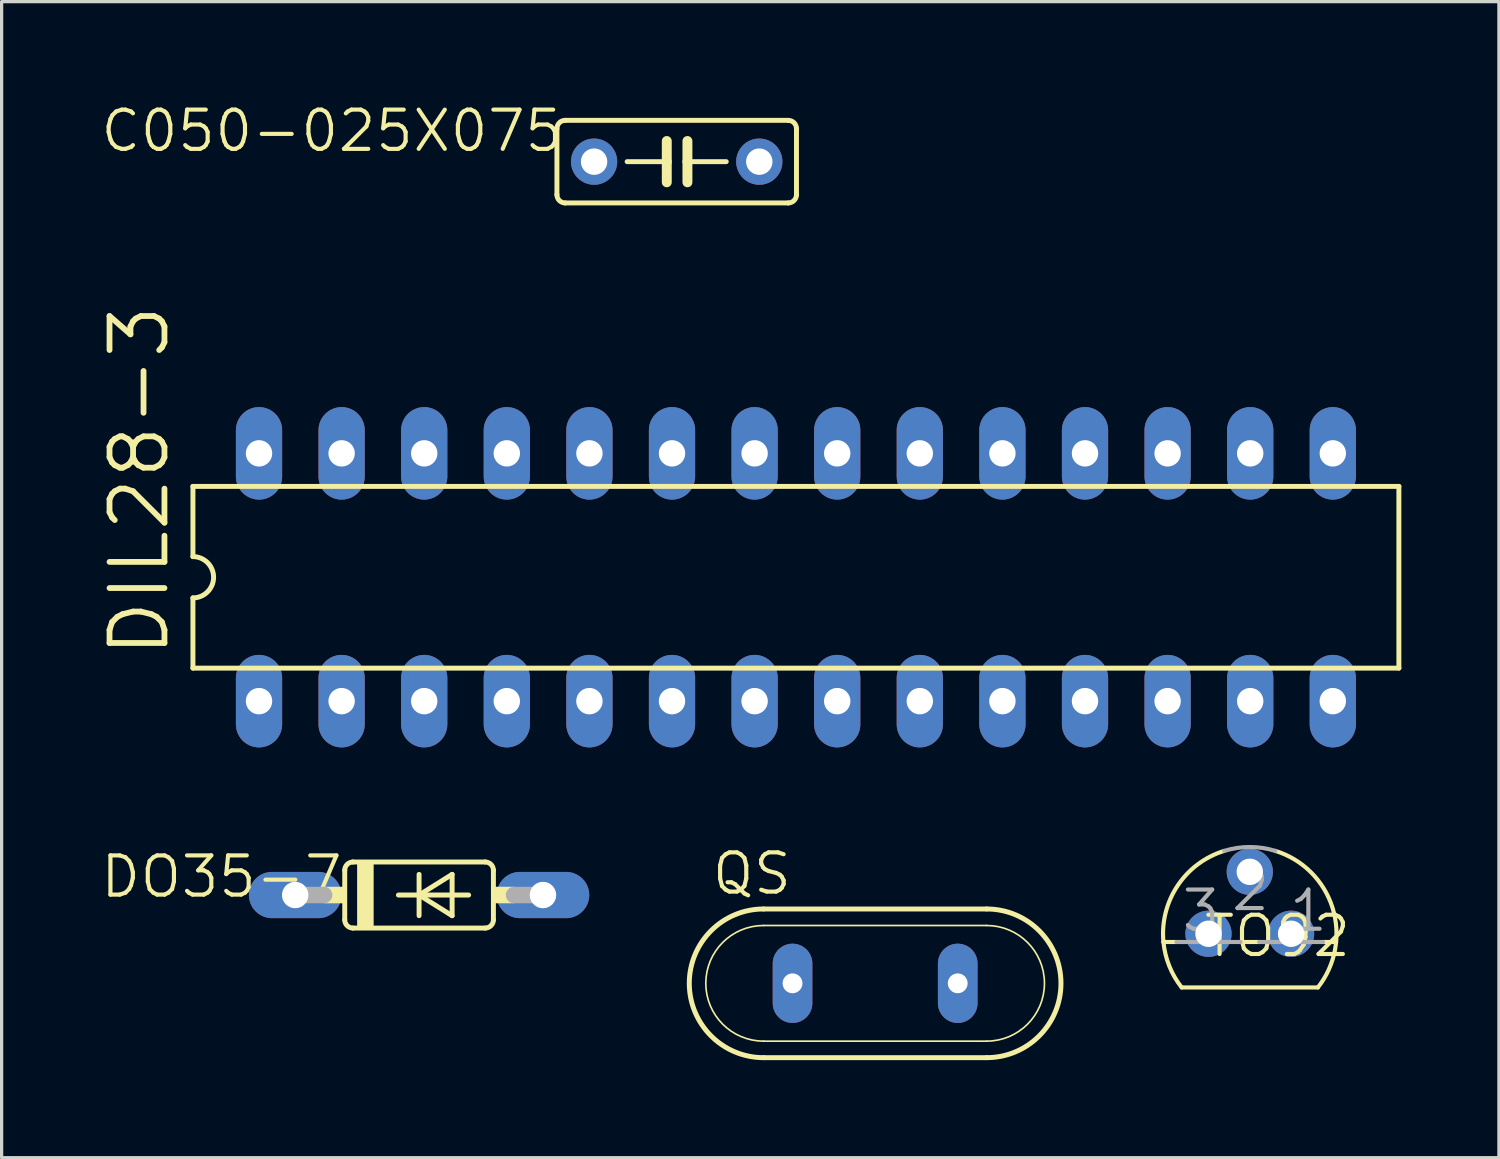
<source format=kicad_pcb>
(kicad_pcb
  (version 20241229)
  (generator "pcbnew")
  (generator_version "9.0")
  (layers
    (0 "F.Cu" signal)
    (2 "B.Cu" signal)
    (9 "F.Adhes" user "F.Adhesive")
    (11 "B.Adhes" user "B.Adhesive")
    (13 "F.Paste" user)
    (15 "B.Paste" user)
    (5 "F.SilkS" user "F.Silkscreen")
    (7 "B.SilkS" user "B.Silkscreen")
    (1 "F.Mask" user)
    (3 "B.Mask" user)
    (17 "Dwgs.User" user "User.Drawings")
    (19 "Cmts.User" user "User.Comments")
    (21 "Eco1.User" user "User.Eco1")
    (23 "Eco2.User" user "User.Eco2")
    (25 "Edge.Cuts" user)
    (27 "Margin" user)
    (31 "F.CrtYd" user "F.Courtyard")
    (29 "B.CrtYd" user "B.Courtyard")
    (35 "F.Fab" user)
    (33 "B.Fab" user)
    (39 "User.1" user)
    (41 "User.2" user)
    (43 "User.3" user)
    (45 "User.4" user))
  (footprint "DIL28-3"
    (layer "F.Cu")
    (at 21.425 14.701)
    (property "Reference" "DIL28-3" (at -19.202 2.54 90) (layer "F.SilkS") (effects (font (size 1.689 1.689) (thickness 0.178)) (justify left bottom)))
    (attr through_hole)
    (fp_line (start -18.542 -2.794) (end -18.542 -0.635) (stroke (width 0.152) (type solid)) (layer "F.SilkS"))
    (fp_line (start -18.542 -2.794) (end 18.542 -2.794) (stroke (width 0.152) (type solid)) (layer "F.SilkS"))
    (fp_line (start -18.542 0.635) (end -18.542 2.794) (stroke (width 0.152) (type solid)) (layer "F.SilkS"))
    (fp_line (start -18.542 2.794) (end 18.542 2.794) (stroke (width 0.152) (type solid)) (layer "F.SilkS"))
    (fp_line (start 18.542 -2.794) (end 18.542 2.794) (stroke (width 0.152) (type solid)) (layer "F.SilkS"))
    (fp_arc (start -18.542 -0.635) (mid -17.907 0) (end -18.542 0.635) (stroke (width 0.1524) (type solid)) (layer "F.SilkS"))
    (pad "1" thru_hole oval (at -16.51 3.81 90) (size 2.845 1.422) (drill 0.813) (layers "*.Cu" "*.Mask"))
    (pad "2" thru_hole oval (at -13.97 3.81 90) (size 2.845 1.422) (drill 0.813) (layers "*.Cu" "*.Mask"))
    (pad "3" thru_hole oval (at -11.43 3.81 90) (size 2.845 1.422) (drill 0.813) (layers "*.Cu" "*.Mask"))
    (pad "4" thru_hole oval (at -8.89 3.81 90) (size 2.845 1.422) (drill 0.813) (layers "*.Cu" "*.Mask"))
    (pad "5" thru_hole oval (at -6.35 3.81 90) (size 2.845 1.422) (drill 0.813) (layers "*.Cu" "*.Mask"))
    (pad "6" thru_hole oval (at -3.81 3.81 90) (size 2.845 1.422) (drill 0.813) (layers "*.Cu" "*.Mask"))
    (pad "7" thru_hole oval (at -1.27 3.81 90) (size 2.845 1.422) (drill 0.813) (layers "*.Cu" "*.Mask"))
    (pad "8" thru_hole oval (at 1.27 3.81 90) (size 2.845 1.422) (drill 0.813) (layers "*.Cu" "*.Mask"))
    (pad "9" thru_hole oval (at 3.81 3.81 90) (size 2.845 1.422) (drill 0.813) (layers "*.Cu" "*.Mask"))
    (pad "10" thru_hole oval (at 6.35 3.81 90) (size 2.845 1.422) (drill 0.813) (layers "*.Cu" "*.Mask"))
    (pad "11" thru_hole oval (at 8.89 3.81 90) (size 2.845 1.422) (drill 0.813) (layers "*.Cu" "*.Mask"))
    (pad "12" thru_hole oval (at 11.43 3.81 90) (size 2.845 1.422) (drill 0.813) (layers "*.Cu" "*.Mask"))
    (pad "13" thru_hole oval (at 13.97 3.81 90) (size 2.845 1.422) (drill 0.813) (layers "*.Cu" "*.Mask"))
    (pad "14" thru_hole oval (at 16.51 3.81 90) (size 2.845 1.422) (drill 0.813) (layers "*.Cu" "*.Mask"))
    (pad "15" thru_hole oval (at 16.51 -3.81 90) (size 2.845 1.422) (drill 0.813) (layers "*.Cu" "*.Mask"))
    (pad "16" thru_hole oval (at 13.97 -3.81 90) (size 2.845 1.422) (drill 0.813) (layers "*.Cu" "*.Mask"))
    (pad "17" thru_hole oval (at 11.43 -3.81 90) (size 2.845 1.422) (drill 0.813) (layers "*.Cu" "*.Mask"))
    (pad "18" thru_hole oval (at 8.89 -3.81 90) (size 2.845 1.422) (drill 0.813) (layers "*.Cu" "*.Mask"))
    (pad "19" thru_hole oval (at 6.35 -3.81 90) (size 2.845 1.422) (drill 0.813) (layers "*.Cu" "*.Mask"))
    (pad "20" thru_hole oval (at 3.81 -3.81 90) (size 2.845 1.422) (drill 0.813) (layers "*.Cu" "*.Mask"))
    (pad "21" thru_hole oval (at 1.27 -3.81 90) (size 2.845 1.422) (drill 0.813) (layers "*.Cu" "*.Mask"))
    (pad "22" thru_hole oval (at -1.27 -3.81 90) (size 2.845 1.422) (drill 0.813) (layers "*.Cu" "*.Mask"))
    (pad "23" thru_hole oval (at -3.81 -3.81 90) (size 2.845 1.422) (drill 0.813) (layers "*.Cu" "*.Mask"))
    (pad "24" thru_hole oval (at -6.35 -3.81 90) (size 2.845 1.422) (drill 0.813) (layers "*.Cu" "*.Mask"))
    (pad "25" thru_hole oval (at -8.89 -3.81 90) (size 2.845 1.422) (drill 0.813) (layers "*.Cu" "*.Mask"))
    (pad "26" thru_hole oval (at -11.43 -3.81 90) (size 2.845 1.422) (drill 0.813) (layers "*.Cu" "*.Mask"))
    (pad "27" thru_hole oval (at -13.97 -3.81 90) (size 2.845 1.422) (drill 0.813) (layers "*.Cu" "*.Mask"))
    (pad "28" thru_hole oval (at -16.51 -3.81 90) (size 2.845 1.422) (drill 0.813) (layers "*.Cu" "*.Mask")))
  (footprint "DO35-7"
    (layer "F.Cu")
    (at 9.837 24.473)
    (property "Reference" "DO35-7" (at -2.286 -1.27 0) (layer "F.SilkS") (effects (font (size 1.206 1.206) (thickness 0.127)) (justify right top)))
    (attr through_hole)
    (fp_line (start -2.286 -0.762) (end -2.286 0.762) (stroke (width 0.152) (type solid)) (layer "F.SilkS"))
    (fp_line (start -2.032 -1.016) (end 2.032 -1.016) (stroke (width 0.152) (type solid)) (layer "F.SilkS"))
    (fp_line (start -2.032 1.016) (end 2.032 1.016) (stroke (width 0.152) (type solid)) (layer "F.SilkS"))
    (fp_line (start -0.635 0) (end 0 0) (stroke (width 0.152) (type solid)) (layer "F.SilkS"))
    (fp_line (start 0 -0.635) (end 0 0) (stroke (width 0.152) (type solid)) (layer "F.SilkS"))
    (fp_line (start 0 0) (end 0 0.635) (stroke (width 0.152) (type solid)) (layer "F.SilkS"))
    (fp_line (start 0 0) (end 1.016 -0.635) (stroke (width 0.152) (type solid)) (layer "F.SilkS"))
    (fp_line (start 0 0) (end 1.524 0) (stroke (width 0.152) (type solid)) (layer "F.SilkS"))
    (fp_line (start 1.016 -0.635) (end 1.016 0.635) (stroke (width 0.152) (type solid)) (layer "F.SilkS"))
    (fp_line (start 1.016 0.635) (end 0 0) (stroke (width 0.152) (type solid)) (layer "F.SilkS"))
    (fp_line (start 2.286 -0.762) (end 2.286 0.762) (stroke (width 0.152) (type solid)) (layer "F.SilkS"))
    (fp_arc (start -2.286 -0.762) (mid -2.211605 -0.941605) (end -2.032 -1.016) (stroke (width 0.1524) (type solid)) (layer "F.SilkS"))
    (fp_arc (start -2.032 1.016) (mid -2.211605 0.941605) (end -2.286 0.762) (stroke (width 0.1524) (type solid)) (layer "F.SilkS"))
    (fp_arc (start 2.032 -1.016) (mid 2.211605 -0.941605) (end 2.286 -0.762) (stroke (width 0.1524) (type solid)) (layer "F.SilkS"))
    (fp_arc (start 2.286 0.762) (mid 2.211605 0.941605) (end 2.032 1.016) (stroke (width 0.1524) (type solid)) (layer "F.SilkS"))
    (fp_poly (pts (xy -2.921 0.254) (xy -2.286 0.254) (xy -2.286 -0.254) (xy -2.921 -0.254)) (stroke (width 0) (type solid)) (fill yes) (layer "F.SilkS"))
    (fp_poly (pts (xy -1.905 1.016) (xy -1.397 1.016) (xy -1.397 -1.016) (xy -1.905 -1.016)) (stroke (width 0) (type solid)) (fill yes) (layer "F.SilkS"))
    (fp_poly (pts (xy 2.286 0.254) (xy 2.921 0.254) (xy 2.921 -0.254) (xy 2.286 -0.254)) (stroke (width 0) (type solid)) (fill yes) (layer "F.SilkS"))
    (fp_line (start -3.81 0) (end -2.921 0) (stroke (width 0.508) (type solid)) (layer "F.Fab"))
    (fp_line (start 3.81 0) (end 2.921 0) (stroke (width 0.508) (type solid)) (layer "F.Fab"))
    (pad "A" thru_hole oval (at 3.81 0) (size 2.845 1.422) (drill 0.813) (layers "*.Cu" "*.Mask"))
    (pad "C" thru_hole oval (at -3.81 0) (size 2.845 1.422) (drill 0.813) (layers "*.Cu" "*.Mask")))
  (footprint "C050-025X075"
    (layer "F.Cu")
    (at 17.759 1.921)
    (property "Reference" "C050-025X075" (at -3.429 -1.651 0) (layer "F.SilkS") (effects (font (size 1.206 1.206) (thickness 0.127)) (justify right top)))
    (attr through_hole)
    (fp_line (start -3.683 -1.016) (end -3.683 1.016) (stroke (width 0.152) (type solid)) (layer "F.SilkS"))
    (fp_line (start -3.429 1.27) (end 3.429 1.27) (stroke (width 0.152) (type solid)) (layer "F.SilkS"))
    (fp_line (start -0.305 -0.635) (end -0.305 0) (stroke (width 0.305) (type solid)) (layer "F.SilkS"))
    (fp_line (start -0.305 0) (end -1.524 0) (stroke (width 0.152) (type solid)) (layer "F.SilkS"))
    (fp_line (start -0.305 0) (end -0.305 0.635) (stroke (width 0.305) (type solid)) (layer "F.SilkS"))
    (fp_line (start 0.33 -0.635) (end 0.33 0) (stroke (width 0.305) (type solid)) (layer "F.SilkS"))
    (fp_line (start 0.33 0) (end 0.33 0.635) (stroke (width 0.305) (type solid)) (layer "F.SilkS"))
    (fp_line (start 0.33 0) (end 1.524 0) (stroke (width 0.152) (type solid)) (layer "F.SilkS"))
    (fp_line (start 3.429 -1.27) (end -3.429 -1.27) (stroke (width 0.152) (type solid)) (layer "F.SilkS"))
    (fp_line (start 3.683 1.016) (end 3.683 -1.016) (stroke (width 0.152) (type solid)) (layer "F.SilkS"))
    (fp_arc (start -3.683 -1.016) (mid -3.608605 -1.195605) (end -3.429 -1.27) (stroke (width 0.1524) (type solid)) (layer "F.SilkS"))
    (fp_arc (start -3.429 1.27) (mid -3.608605 1.195605) (end -3.683 1.016) (stroke (width 0.1524) (type solid)) (layer "F.SilkS"))
    (fp_arc (start 3.429 -1.27) (mid 3.608605 -1.195605) (end 3.683 -1.016) (stroke (width 0.1524) (type solid)) (layer "F.SilkS"))
    (fp_arc (start 3.683 1.016) (mid 3.608605 1.195605) (end 3.429 1.27) (stroke (width 0.1524) (type solid)) (layer "F.SilkS"))
    (pad "1" thru_hole circle (at -2.54 0) (size 1.422 1.422) (drill 0.813) (layers "*.Cu" "*.Mask"))
    (pad "2" thru_hole circle (at 2.54 0) (size 1.422 1.422) (drill 0.813) (layers "*.Cu" "*.Mask")))
  (footprint "QS"
    (layer "F.Cu")
    (at 23.861 27.188)
    (property "Reference" "QS" (at -5.08 -2.667 0) (layer "F.SilkS") (effects (font (size 1.206 1.206) (thickness 0.127)) (justify left bottom)))
    (attr through_hole)
    (fp_line (start -3.429 1.778) (end 3.429 1.778) (stroke (width 0.051) (type solid)) (layer "F.SilkS"))
    (fp_line (start -3.429 2.286) (end 3.429 2.286) (stroke (width 0.152) (type solid)) (layer "F.SilkS"))
    (fp_line (start 3.429 -2.286) (end -3.429 -2.286) (stroke (width 0.152) (type solid)) (layer "F.SilkS"))
    (fp_line (start 3.429 -1.778) (end -3.429 -1.778) (stroke (width 0.051) (type solid)) (layer "F.SilkS"))
    (fp_arc (start -3.429 1.778) (mid -5.207 0) (end -3.429 -1.778) (stroke (width 0.0508) (type solid)) (layer "F.SilkS"))
    (fp_arc (start -3.429 2.286) (mid -5.715 0) (end -3.429 -2.286) (stroke (width 0.1524) (type solid)) (layer "F.SilkS"))
    (fp_arc (start 3.429 -2.286) (mid 5.715 0) (end 3.429 2.286) (stroke (width 0.1524) (type solid)) (layer "F.SilkS"))
    (fp_arc (start 3.429 -1.778) (mid 5.207 0) (end 3.429 1.778) (stroke (width 0.0508) (type solid)) (layer "F.SilkS"))
    (pad "1" thru_hole oval (at -2.54 0 90) (size 2.438 1.219) (drill 0.61) (layers "*.Cu" "*.Mask"))
    (pad "2" thru_hole oval (at 2.54 0 90) (size 2.438 1.219) (drill 0.61) (layers "*.Cu" "*.Mask")))
  (footprint "TO92"
    (layer "F.Cu")
    (at 35.382 25.664)
    (property "Reference" "TO92" (at 3.175 -0.635 0) (layer "F.SilkS") (effects (font (size 1.206 1.206) (thickness 0.127)) (justify right top)))
    (attr through_hole)
    (fp_line (start -2.655 0.254) (end -2.254 0.254) (stroke (width 0.127) (type solid)) (layer "F.SilkS"))
    (fp_line (start -2.095 1.651) (end 2.095 1.651) (stroke (width 0.127) (type solid)) (layer "F.SilkS"))
    (fp_line (start -0.286 0.254) (end 0.286 0.254) (stroke (width 0.127) (type solid)) (layer "F.SilkS"))
    (fp_line (start 2.254 0.254) (end 2.655 0.254) (stroke (width 0.127) (type solid)) (layer "F.SilkS"))
    (fp_arc (start -2.6549 0.254) (mid -2.219001 -1.479566) (end -0.786299 -2.548501) (stroke (width 0.127) (type solid)) (layer "F.SilkS"))
    (fp_arc (start -2.0946 1.651) (mid -2.475347 0.992847) (end -2.654901 0.254) (stroke (width 0.127) (type solid)) (layer "F.SilkS"))
    (fp_arc (start 0.7863 -2.5484) (mid 2.546275 -0.793203) (end 2.094499 1.651) (stroke (width 0.127) (type solid)) (layer "F.SilkS"))
    (fp_line (start -2.254 0.254) (end -0.286 0.254) (stroke (width 0.127) (type solid)) (layer "F.Fab"))
    (fp_line (start 0.286 0.254) (end 2.254 0.254) (stroke (width 0.127) (type solid)) (layer "F.Fab"))
    (fp_arc (start -0.7863 -2.5485) (mid 0 -2.667043) (end 0.7863 -2.5485) (stroke (width 0.127) (type solid)) (layer "F.Fab"))
    (fp_text user "2" (at -0.635 -0.635 0) (layer "F.Fab") (effects (font (size 1.206 1.206) (thickness 0.127)) (justify left bottom)))
    (fp_text user "1" (at 1.143 0 0) (layer "F.Fab") (effects (font (size 1.206 1.206) (thickness 0.127)) (justify left bottom)))
    (fp_text user "3" (at -2.159 0 0) (layer "F.Fab") (effects (font (size 1.206 1.206) (thickness 0.127)) (justify left bottom)))
    (pad "1" thru_hole circle (at 1.27 0) (size 1.422 1.422) (drill 0.813) (layers "*.Cu" "*.Mask"))
    (pad "2" thru_hole circle (at 0 -1.905) (size 1.422 1.422) (drill 0.813) (layers "*.Cu" "*.Mask"))
    (pad "3" thru_hole circle (at -1.27 0) (size 1.422 1.422) (drill 0.813) (layers "*.Cu" "*.Mask")))
  (gr_rect
    (start -3 -3)
    (end 43.043 32.55)
    (stroke (width 0.1) (type default))
    (fill no)
    (layer "Edge.Cuts")))
</source>
